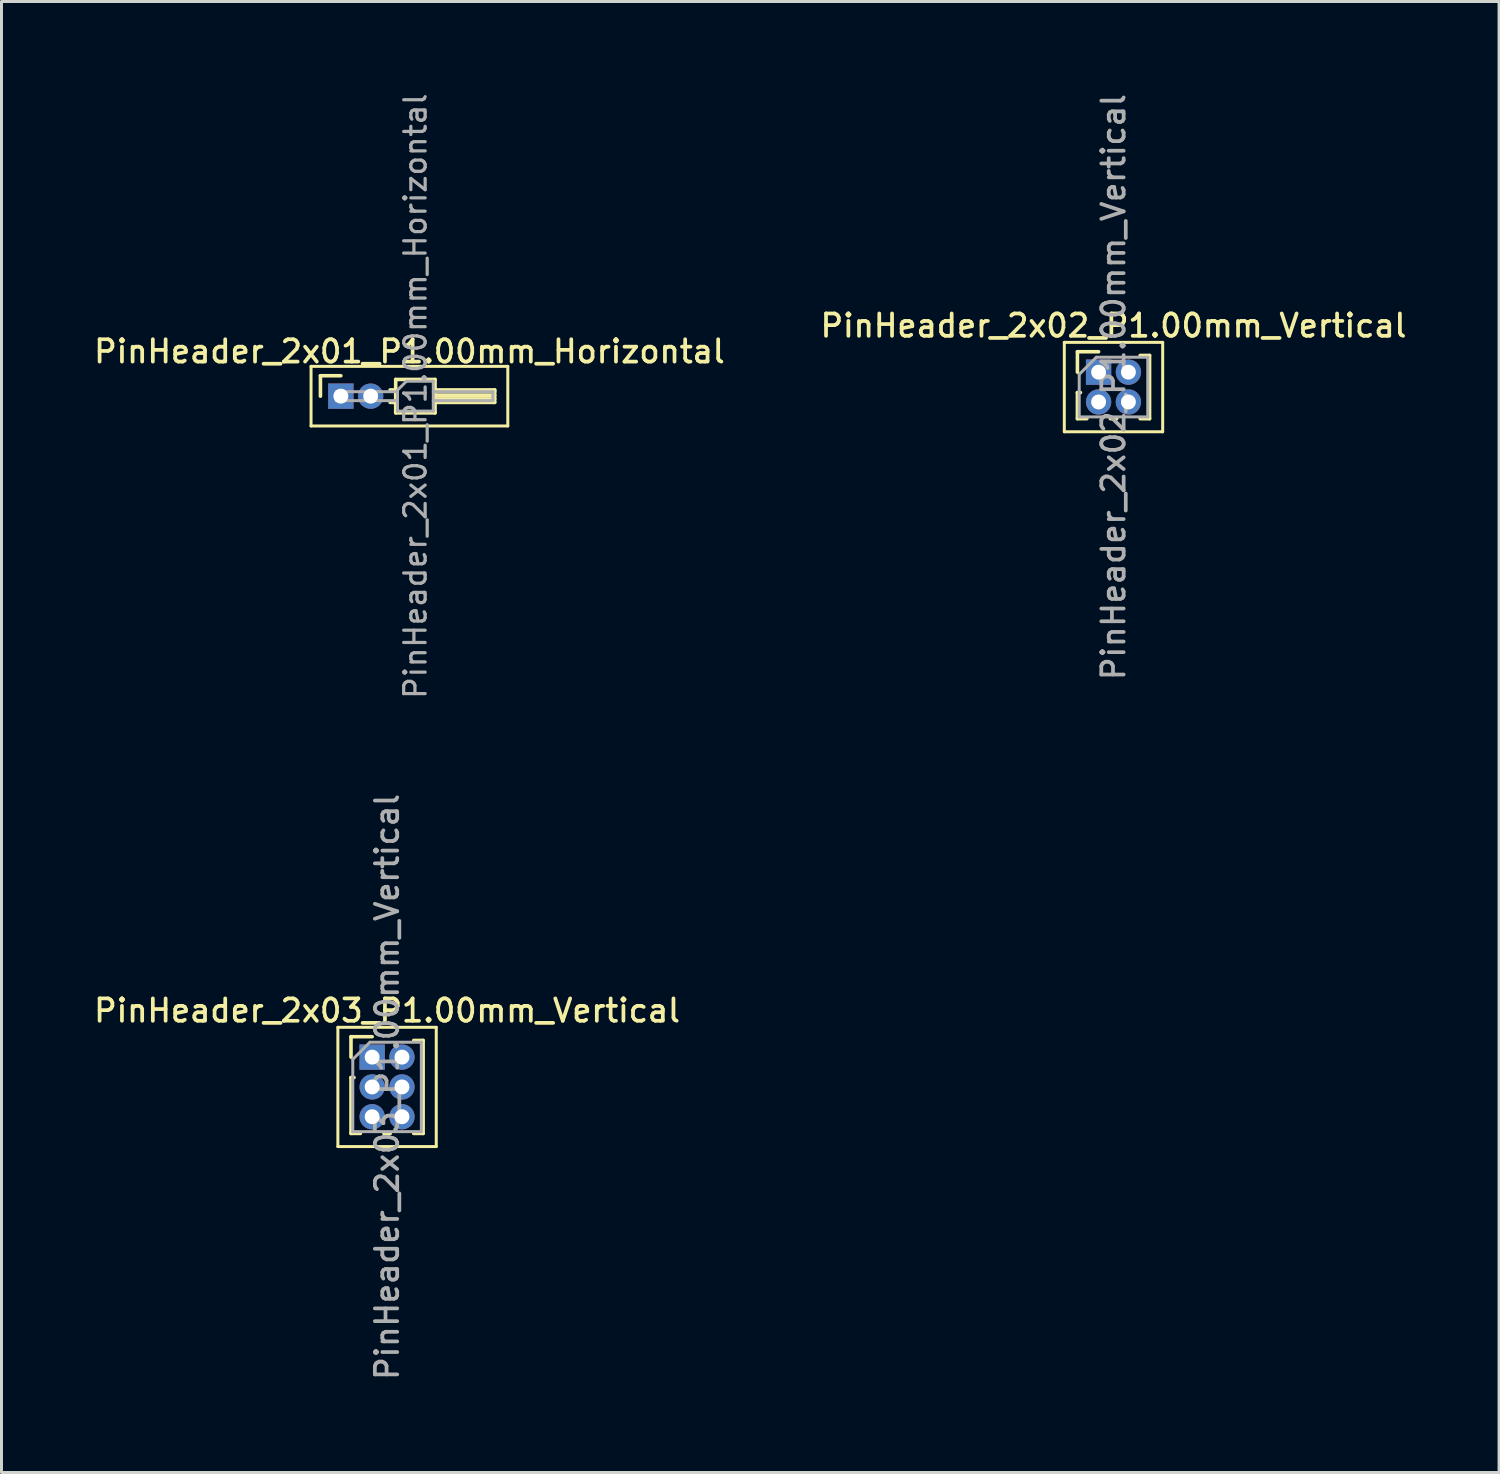
<source format=kicad_pcb>
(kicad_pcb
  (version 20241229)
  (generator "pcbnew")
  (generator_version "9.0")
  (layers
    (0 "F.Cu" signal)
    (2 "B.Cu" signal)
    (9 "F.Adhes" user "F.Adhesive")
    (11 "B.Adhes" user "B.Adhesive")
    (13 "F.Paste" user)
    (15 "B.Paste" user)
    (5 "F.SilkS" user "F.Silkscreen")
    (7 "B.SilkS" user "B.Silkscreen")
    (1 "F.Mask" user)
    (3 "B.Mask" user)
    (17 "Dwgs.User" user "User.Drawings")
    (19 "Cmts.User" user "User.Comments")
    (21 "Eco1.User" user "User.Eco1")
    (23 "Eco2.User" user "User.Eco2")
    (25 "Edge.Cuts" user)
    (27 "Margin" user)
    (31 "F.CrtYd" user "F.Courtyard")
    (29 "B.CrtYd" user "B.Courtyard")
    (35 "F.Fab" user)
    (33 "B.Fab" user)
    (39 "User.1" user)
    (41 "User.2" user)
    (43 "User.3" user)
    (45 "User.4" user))
  (footprint "PinHeader_2x02_P1.00mm_Vertical"
    (layer "F.Cu")
    (at 33.802 9.434)
    (property "Reference" "PinHeader_2x02_P1.00mm_Vertical" (at 0.5 -1.56 0) (layer "F.SilkS") (effects (font (size 0.75 0.75) (thickness 0.125))))
    (attr through_hole)
    (fp_line (start -1.15 -1) (end -1.15 2) (stroke (width 0.1) (type solid)) (layer "F.SilkS"))
    (fp_line (start -1.15 2) (end 2.15 2) (stroke (width 0.1) (type solid)) (layer "F.SilkS"))
    (fp_line (start -0.71 -0.685) (end 0 -0.685) (stroke (width 0.12) (type solid)) (layer "F.SilkS"))
    (fp_line (start -0.71 0) (end -0.71 -0.685) (stroke (width 0.12) (type solid)) (layer "F.SilkS"))
    (fp_line (start -0.71 0.685) (end -0.71 1.56) (stroke (width 0.12) (type solid)) (layer "F.SilkS"))
    (fp_line (start -0.71 0.685) (end -0.608 0.685) (stroke (width 0.12) (type solid)) (layer "F.SilkS"))
    (fp_line (start -0.71 1.56) (end -0.394 1.56) (stroke (width 0.12) (type solid)) (layer "F.SilkS"))
    (fp_line (start 0.394 1.56) (end 0.606 1.56) (stroke (width 0.12) (type solid)) (layer "F.SilkS"))
    (fp_line (start 1.394 -0.56) (end 1.71 -0.56) (stroke (width 0.12) (type solid)) (layer "F.SilkS"))
    (fp_line (start 1.394 1.56) (end 1.71 1.56) (stroke (width 0.12) (type solid)) (layer "F.SilkS"))
    (fp_line (start 1.71 -0.56) (end 1.71 1.56) (stroke (width 0.12) (type solid)) (layer "F.SilkS"))
    (fp_line (start 2.15 -1) (end -1.15 -1) (stroke (width 0.1) (type solid)) (layer "F.SilkS"))
    (fp_line (start 2.15 2) (end 2.15 -1) (stroke (width 0.1) (type solid)) (layer "F.SilkS"))
    (fp_line (start -0.65 0.075) (end -0.075 -0.5) (stroke (width 0.1) (type solid)) (layer "F.Fab"))
    (fp_line (start -0.65 1.5) (end -0.65 0.075) (stroke (width 0.1) (type solid)) (layer "F.Fab"))
    (fp_line (start -0.075 -0.5) (end 1.65 -0.5) (stroke (width 0.1) (type solid)) (layer "F.Fab"))
    (fp_line (start 1.65 -0.5) (end 1.65 1.5) (stroke (width 0.1) (type solid)) (layer "F.Fab"))
    (fp_line (start 1.65 1.5) (end -0.65 1.5) (stroke (width 0.1) (type solid)) (layer "F.Fab"))
    (fp_text user "${REFERENCE}" (at 0.5 0.5 90) (layer "F.Fab") (effects (font (size 0.75 0.75) (thickness 0.125))))
    (pad "1" thru_hole rect (at 0 0) (size 0.85 0.85) (drill 0.5) (layers "*.Cu" "*.Mask"))
    (pad "2" thru_hole oval (at 1 0) (size 0.85 0.85) (drill 0.5) (layers "*.Cu" "*.Mask"))
    (pad "3" thru_hole oval (at 0 1) (size 0.85 0.85) (drill 0.5) (layers "*.Cu" "*.Mask"))
    (pad "4" thru_hole oval (at 1 1) (size 0.85 0.85) (drill 0.5) (layers "*.Cu" "*.Mask")))
  (footprint "PinHeader_2x01_P1.00mm_Horizontal"
    (layer "F.Cu")
    (at 8.384 10.239)
    (property "Reference" "PinHeader_2x01_P1.00mm_Horizontal" (at 2.3 -1.5 0) (layer "F.SilkS") (effects (font (size 0.75 0.75) (thickness 0.125))))
    (attr through_hole)
    (fp_line (start -1 -1) (end -1 1) (stroke (width 0.1) (type solid)) (layer "F.SilkS"))
    (fp_line (start -1 1) (end 5.6 1) (stroke (width 0.1) (type solid)) (layer "F.SilkS"))
    (fp_line (start -0.685 -0.685) (end 0 -0.685) (stroke (width 0.12) (type solid)) (layer "F.SilkS"))
    (fp_line (start -0.685 0) (end -0.685 -0.685) (stroke (width 0.12) (type solid)) (layer "F.SilkS"))
    (fp_line (start 1.652 -0.21) (end 1.84 -0.21) (stroke (width 0.12) (type solid)) (layer "F.SilkS"))
    (fp_line (start 1.652 0.21) (end 1.84 0.21) (stroke (width 0.12) (type solid)) (layer "F.SilkS"))
    (fp_line (start 1.84 -0.56) (end 1.84 0.56) (stroke (width 0.12) (type solid)) (layer "F.SilkS"))
    (fp_line (start 1.84 0.56) (end 3.16 0.56) (stroke (width 0.12) (type solid)) (layer "F.SilkS"))
    (fp_line (start 3.16 -0.56) (end 1.84 -0.56) (stroke (width 0.12) (type solid)) (layer "F.SilkS"))
    (fp_line (start 3.16 -0.21) (end 5.16 -0.21) (stroke (width 0.12) (type solid)) (layer "F.SilkS"))
    (fp_line (start 3.16 -0.15) (end 5.16 -0.15) (stroke (width 0.12) (type solid)) (layer "F.SilkS"))
    (fp_line (start 3.16 -0.03) (end 5.16 -0.03) (stroke (width 0.12) (type solid)) (layer "F.SilkS"))
    (fp_line (start 3.16 0.09) (end 5.16 0.09) (stroke (width 0.12) (type solid)) (layer "F.SilkS"))
    (fp_line (start 3.16 0.56) (end 3.16 -0.56) (stroke (width 0.12) (type solid)) (layer "F.SilkS"))
    (fp_line (start 5.16 -0.21) (end 5.16 0.21) (stroke (width 0.12) (type solid)) (layer "F.SilkS"))
    (fp_line (start 5.16 0.21) (end 3.16 0.21) (stroke (width 0.12) (type solid)) (layer "F.SilkS"))
    (fp_line (start 5.6 -1) (end -1 -1) (stroke (width 0.1) (type solid)) (layer "F.SilkS"))
    (fp_line (start 5.6 1) (end 5.6 -1) (stroke (width 0.1) (type solid)) (layer "F.SilkS"))
    (fp_line (start -0.15 -0.15) (end -0.15 0.15) (stroke (width 0.1) (type solid)) (layer "F.Fab"))
    (fp_line (start -0.15 -0.15) (end 1.9 -0.15) (stroke (width 0.1) (type solid)) (layer "F.Fab"))
    (fp_line (start -0.15 0.15) (end 1.9 0.15) (stroke (width 0.1) (type solid)) (layer "F.Fab"))
    (fp_line (start 1.9 -0.2) (end 2.2 -0.5) (stroke (width 0.1) (type solid)) (layer "F.Fab"))
    (fp_line (start 1.9 0.5) (end 1.9 -0.2) (stroke (width 0.1) (type solid)) (layer "F.Fab"))
    (fp_line (start 2.2 -0.5) (end 3.1 -0.5) (stroke (width 0.1) (type solid)) (layer "F.Fab"))
    (fp_line (start 3.1 -0.5) (end 3.1 0.5) (stroke (width 0.1) (type solid)) (layer "F.Fab"))
    (fp_line (start 3.1 -0.15) (end 5.1 -0.15) (stroke (width 0.1) (type solid)) (layer "F.Fab"))
    (fp_line (start 3.1 0.15) (end 5.1 0.15) (stroke (width 0.1) (type solid)) (layer "F.Fab"))
    (fp_line (start 3.1 0.5) (end 1.9 0.5) (stroke (width 0.1) (type solid)) (layer "F.Fab"))
    (fp_line (start 5.1 -0.15) (end 5.1 0.15) (stroke (width 0.1) (type solid)) (layer "F.Fab"))
    (fp_text user "${REFERENCE}" (at 2.5 0 90) (layer "F.Fab") (effects (font (size 0.72 0.72) (thickness 0.108))))
    (pad "1" thru_hole rect (at 0 0) (size 0.85 0.85) (drill 0.5) (layers "*.Cu" "*.Mask"))
    (pad "2" thru_hole oval (at 1 0) (size 0.85 0.85) (drill 0.5) (layers "*.Cu" "*.Mask")))
  (footprint "PinHeader_2x03_P1.00mm_Vertical"
    (layer "F.Cu")
    (at 9.434 32.411)
    (property "Reference" "PinHeader_2x03_P1.00mm_Vertical" (at 0.5 -1.56 0) (layer "F.SilkS") (effects (font (size 0.75 0.75) (thickness 0.125))))
    (attr through_hole)
    (fp_line (start -1.15 -1) (end -1.15 3) (stroke (width 0.1) (type solid)) (layer "F.SilkS"))
    (fp_line (start -1.15 3) (end 2.15 3) (stroke (width 0.1) (type solid)) (layer "F.SilkS"))
    (fp_line (start -0.71 -0.685) (end 0 -0.685) (stroke (width 0.12) (type solid)) (layer "F.SilkS"))
    (fp_line (start -0.71 0) (end -0.71 -0.685) (stroke (width 0.12) (type solid)) (layer "F.SilkS"))
    (fp_line (start -0.71 0.685) (end -0.71 2.56) (stroke (width 0.12) (type solid)) (layer "F.SilkS"))
    (fp_line (start -0.71 0.685) (end -0.608 0.685) (stroke (width 0.12) (type solid)) (layer "F.SilkS"))
    (fp_line (start -0.71 2.56) (end -0.394 2.56) (stroke (width 0.12) (type solid)) (layer "F.SilkS"))
    (fp_line (start 0.394 2.56) (end 0.606 2.56) (stroke (width 0.12) (type solid)) (layer "F.SilkS"))
    (fp_line (start 1.394 -0.56) (end 1.71 -0.56) (stroke (width 0.12) (type solid)) (layer "F.SilkS"))
    (fp_line (start 1.394 2.56) (end 1.71 2.56) (stroke (width 0.12) (type solid)) (layer "F.SilkS"))
    (fp_line (start 1.71 -0.56) (end 1.71 2.56) (stroke (width 0.12) (type solid)) (layer "F.SilkS"))
    (fp_line (start 2.15 -1) (end -1.15 -1) (stroke (width 0.1) (type solid)) (layer "F.SilkS"))
    (fp_line (start 2.15 3) (end 2.15 -1) (stroke (width 0.1) (type solid)) (layer "F.SilkS"))
    (fp_line (start -0.65 0.075) (end -0.075 -0.5) (stroke (width 0.1) (type solid)) (layer "F.Fab"))
    (fp_line (start -0.65 2.5) (end -0.65 0.075) (stroke (width 0.1) (type solid)) (layer "F.Fab"))
    (fp_line (start -0.075 -0.5) (end 1.65 -0.5) (stroke (width 0.1) (type solid)) (layer "F.Fab"))
    (fp_line (start 1.65 -0.5) (end 1.65 2.5) (stroke (width 0.1) (type solid)) (layer "F.Fab"))
    (fp_line (start 1.65 2.5) (end -0.65 2.5) (stroke (width 0.1) (type solid)) (layer "F.Fab"))
    (fp_text user "${REFERENCE}" (at 0.5 1 90) (layer "F.Fab") (effects (font (size 0.75 0.75) (thickness 0.125))))
    (pad "1" thru_hole rect (at 0 0) (size 0.85 0.85) (drill 0.5) (layers "*.Cu" "*.Mask"))
    (pad "2" thru_hole oval (at 1 0) (size 0.85 0.85) (drill 0.5) (layers "*.Cu" "*.Mask"))
    (pad "3" thru_hole oval (at 0 1) (size 0.85 0.85) (drill 0.5) (layers "*.Cu" "*.Mask"))
    (pad "4" thru_hole oval (at 1 1) (size 0.85 0.85) (drill 0.5) (layers "*.Cu" "*.Mask"))
    (pad "5" thru_hole oval (at 0 2) (size 0.85 0.85) (drill 0.5) (layers "*.Cu" "*.Mask"))
    (pad "6" thru_hole oval (at 1 2) (size 0.85 0.85) (drill 0.5) (layers "*.Cu" "*.Mask")))
  (gr_rect
    (start -3 -3)
    (end 47.236 46.345)
    (stroke (width 0.1) (type default))
    (fill no)
    (layer "Edge.Cuts")))
</source>
